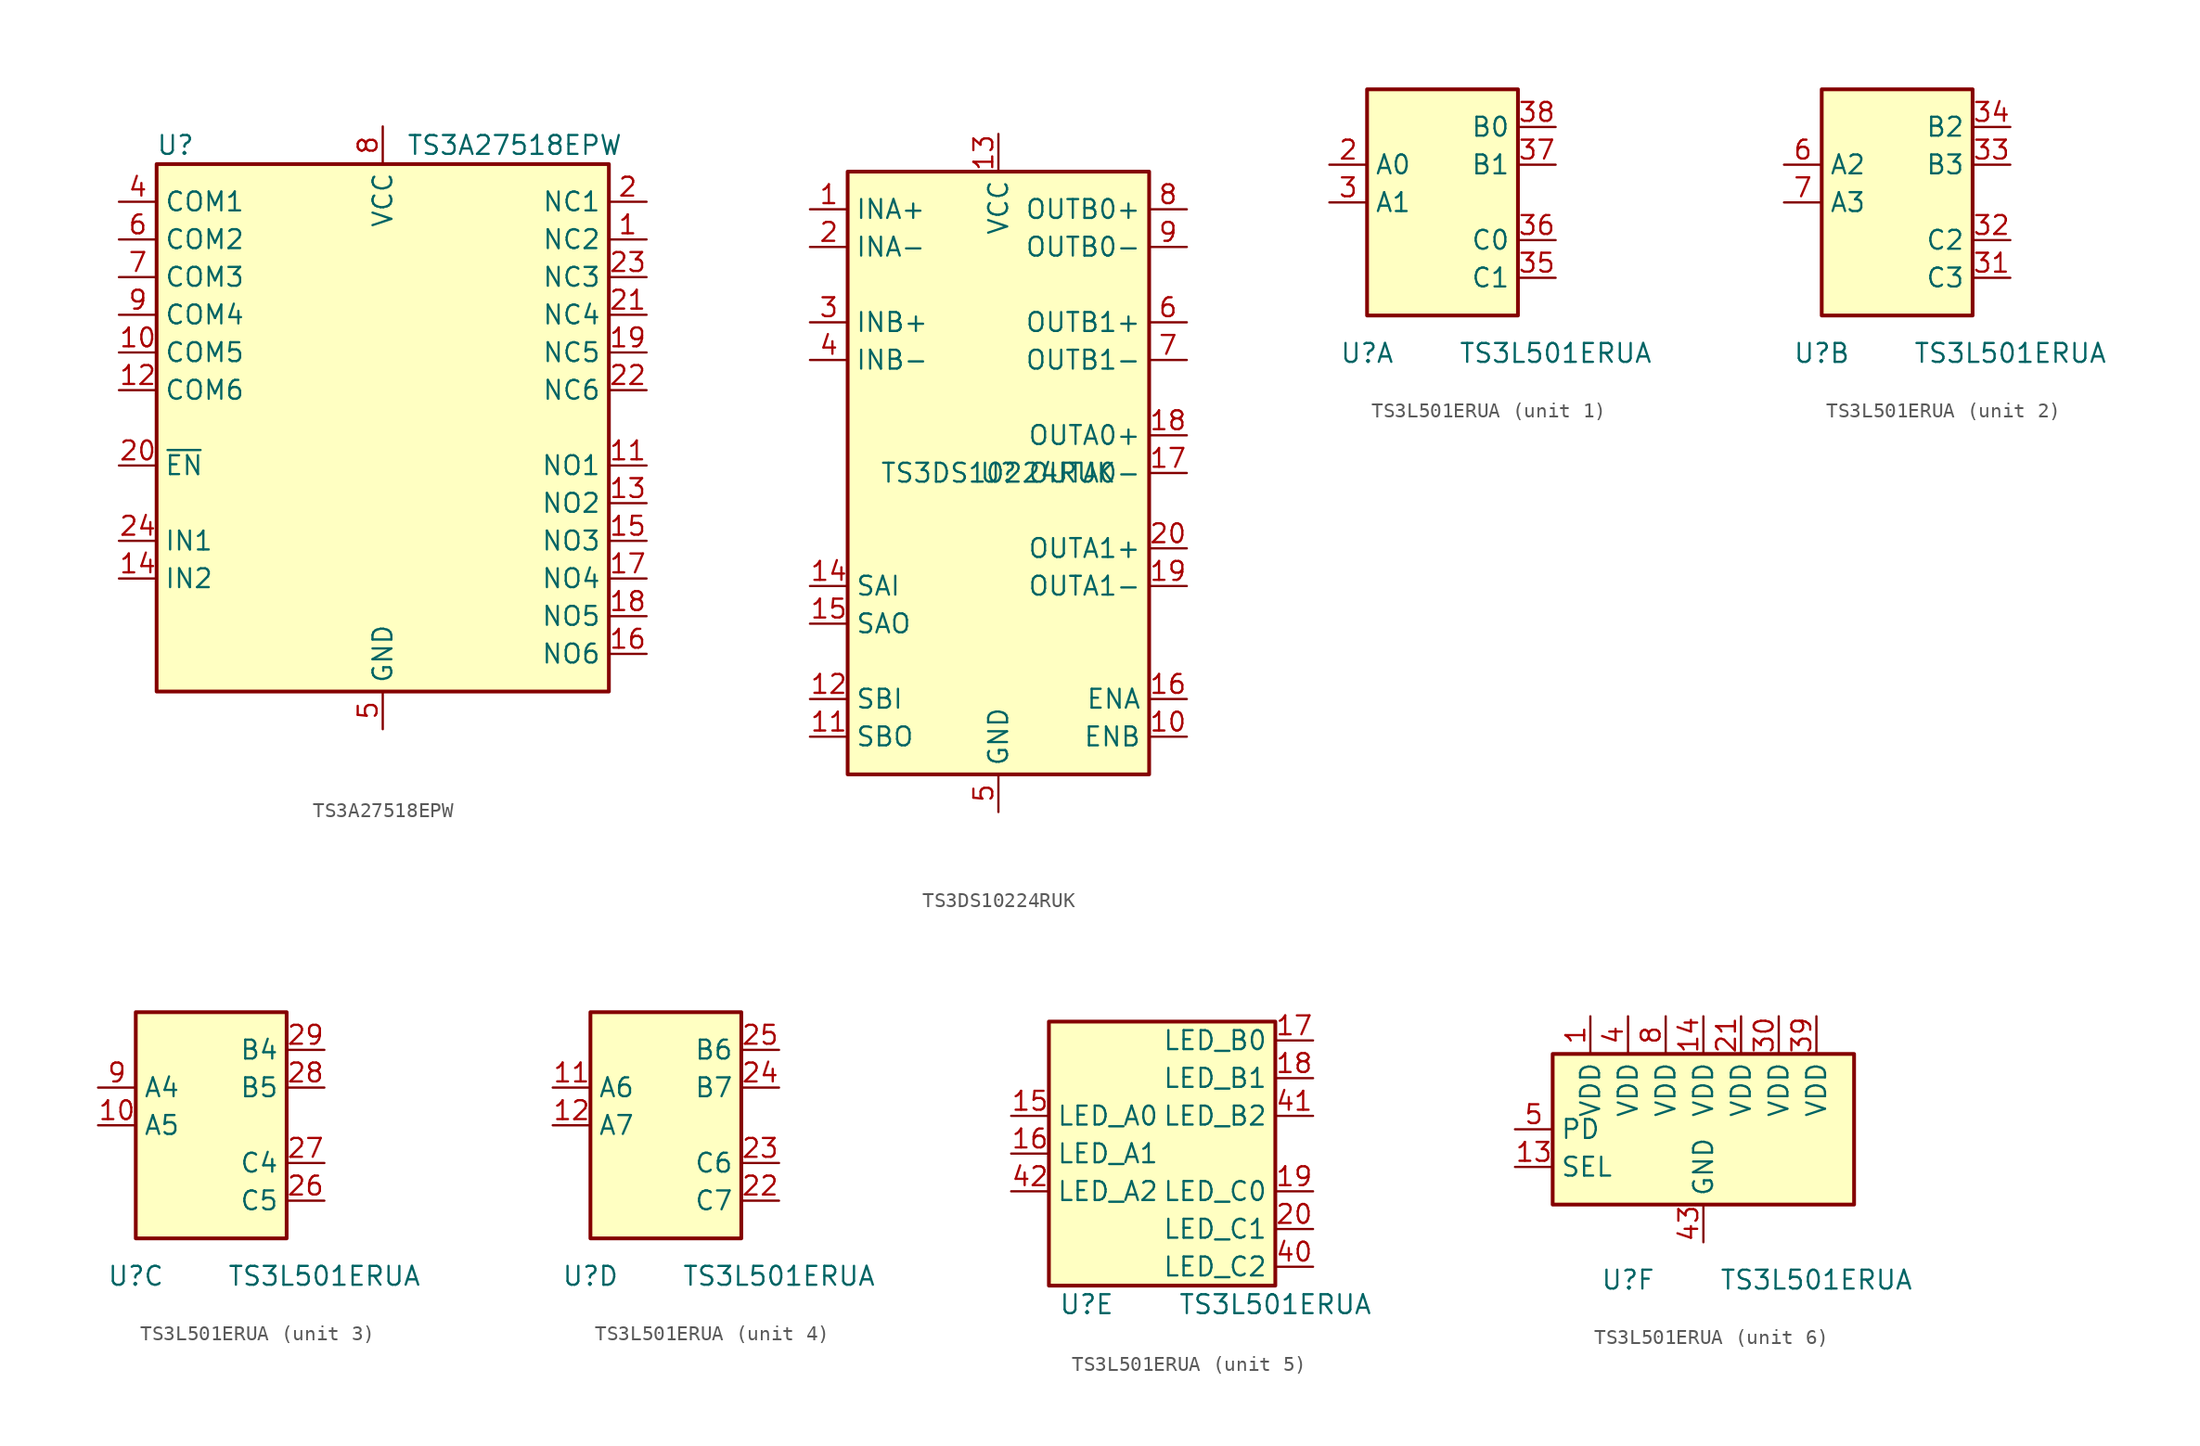
<source format=kicad_sym>
(kicad_symbol_lib
  (version 20201005)
  (generator kicad_symbol_editor)
  (symbol "Analog_Switch:TS3A27518EPW"
    (property "Reference" "U"
      (at -13.97 19.05 0)
      (effects (font (size 1.27 1.27))))
    (property "Value" "TS3A27518EPW"
      (at 8.89 19.05 0)
      (effects (font (size 1.27 1.27))))
    (symbol "TS3A27518EPW_0_1"
      (rectangle (start 15.24 -17.78) (end -15.24 17.78) (stroke (width 0.254)) (fill (type background))))
    (symbol "TS3A27518EPW_1_1"
      (pin bidirectional line (at 17.78 12.7 180) (length 2.54) (name "NC2" (effects (font (size 1.27 1.27)))) (number "1" (effects (font (size 1.27 1.27)))))
      (pin bidirectional line (at -17.78 5.08 0) (length 2.54) (name "COM5" (effects (font (size 1.27 1.27)))) (number "10" (effects (font (size 1.27 1.27)))))
      (pin bidirectional line (at 17.78 -2.54 180) (length 2.54) (name "NO1" (effects (font (size 1.27 1.27)))) (number "11" (effects (font (size 1.27 1.27)))))
      (pin bidirectional line (at -17.78 2.54 0) (length 2.54) (name "COM6" (effects (font (size 1.27 1.27)))) (number "12" (effects (font (size 1.27 1.27)))))
      (pin bidirectional line (at 17.78 -5.08 180) (length 2.54) (name "NO2" (effects (font (size 1.27 1.27)))) (number "13" (effects (font (size 1.27 1.27)))))
      (pin input line (at -17.78 -10.16 0) (length 2.54) (name "IN2" (effects (font (size 1.27 1.27)))) (number "14" (effects (font (size 1.27 1.27)))))
      (pin bidirectional line (at 17.78 -7.62 180) (length 2.54) (name "NO3" (effects (font (size 1.27 1.27)))) (number "15" (effects (font (size 1.27 1.27)))))
      (pin bidirectional line (at 17.78 -15.24 180) (length 2.54) (name "NO6" (effects (font (size 1.27 1.27)))) (number "16" (effects (font (size 1.27 1.27)))))
      (pin bidirectional line (at 17.78 -10.16 180) (length 2.54) (name "NO4" (effects (font (size 1.27 1.27)))) (number "17" (effects (font (size 1.27 1.27)))))
      (pin bidirectional line (at 17.78 -12.7 180) (length 2.54) (name "NO5" (effects (font (size 1.27 1.27)))) (number "18" (effects (font (size 1.27 1.27)))))
      (pin bidirectional line (at 17.78 5.08 180) (length 2.54) (name "NC5" (effects (font (size 1.27 1.27)))) (number "19" (effects (font (size 1.27 1.27)))))
      (pin bidirectional line (at 17.78 15.24 180) (length 2.54) (name "NC1" (effects (font (size 1.27 1.27)))) (number "2" (effects (font (size 1.27 1.27)))))
      (pin input line (at -17.78 -2.54 0) (length 2.54) (name "~EN" (effects (font (size 1.27 1.27)))) (number "20" (effects (font (size 1.27 1.27)))))
      (pin bidirectional line (at 17.78 7.62 180) (length 2.54) (name "NC4" (effects (font (size 1.27 1.27)))) (number "21" (effects (font (size 1.27 1.27)))))
      (pin bidirectional line (at 17.78 2.54 180) (length 2.54) (name "NC6" (effects (font (size 1.27 1.27)))) (number "22" (effects (font (size 1.27 1.27)))))
      (pin bidirectional line (at 17.78 10.16 180) (length 2.54) (name "NC3" (effects (font (size 1.27 1.27)))) (number "23" (effects (font (size 1.27 1.27)))))
      (pin input line (at -17.78 -7.62 0) (length 2.54) (name "IN1" (effects (font (size 1.27 1.27)))) (number "24" (effects (font (size 1.27 1.27)))))
      (pin no_connect line (at -15.24 -15.24 0) (length 2.54) hide (name "N.C." (effects (font (size 1.27 1.27)))) (number "3" (effects (font (size 1.27 1.27)))))
      (pin bidirectional line (at -17.78 15.24 0) (length 2.54) (name "COM1" (effects (font (size 1.27 1.27)))) (number "4" (effects (font (size 1.27 1.27)))))
      (pin power_in line (at 0 -20.32 90) (length 2.54) (name "GND" (effects (font (size 1.27 1.27)))) (number "5" (effects (font (size 1.27 1.27)))))
      (pin bidirectional line (at -17.78 12.7 0) (length 2.54) (name "COM2" (effects (font (size 1.27 1.27)))) (number "6" (effects (font (size 1.27 1.27)))))
      (pin bidirectional line (at -17.78 10.16 0) (length 2.54) (name "COM3" (effects (font (size 1.27 1.27)))) (number "7" (effects (font (size 1.27 1.27)))))
      (pin power_in line (at 0 20.32 270) (length 2.54) (name "VCC" (effects (font (size 1.27 1.27)))) (number "8" (effects (font (size 1.27 1.27)))))
      (pin bidirectional line (at -17.78 7.62 0) (length 2.54) (name "COM4" (effects (font (size 1.27 1.27)))) (number "9" (effects (font (size 1.27 1.27)))))))
  (symbol "Analog_Switch:TS3DS10224RUK"
    (property "Reference" "U"
      (at 0 0 0)
      (effects (font (size 1.27 1.27))))
    (property "Value" "TS3DS10224RUK"
      (at 0 0 0)
      (effects (font (size 1.27 1.27))))
    (symbol "TS3DS10224RUK_0_1"
      (rectangle (start -10.16 20.32) (end 10.16 -20.32) (stroke (width 0.254)) (fill (type background))))
    (symbol "TS3DS10224RUK_1_1"
      (pin bidirectional line (at -12.7 17.78 0) (length 2.54) (name "INA+" (effects (font (size 1.27 1.27)))) (number "1" (effects (font (size 1.27 1.27)))))
      (pin input line (at 12.7 -17.78 180) (length 2.54) (name "ENB" (effects (font (size 1.27 1.27)))) (number "10" (effects (font (size 1.27 1.27)))))
      (pin input line (at -12.7 -17.78 0) (length 2.54) (name "SBO" (effects (font (size 1.27 1.27)))) (number "11" (effects (font (size 1.27 1.27)))))
      (pin input line (at -12.7 -15.24 0) (length 2.54) (name "SBI" (effects (font (size 1.27 1.27)))) (number "12" (effects (font (size 1.27 1.27)))))
      (pin power_in line (at 0 22.86 270) (length 2.54) (name "VCC" (effects (font (size 1.27 1.27)))) (number "13" (effects (font (size 1.27 1.27)))))
      (pin input line (at -12.7 -7.62 0) (length 2.54) (name "SAI" (effects (font (size 1.27 1.27)))) (number "14" (effects (font (size 1.27 1.27)))))
      (pin input line (at -12.7 -10.16 0) (length 2.54) (name "SAO" (effects (font (size 1.27 1.27)))) (number "15" (effects (font (size 1.27 1.27)))))
      (pin input line (at 12.7 -15.24 180) (length 2.54) (name "ENA" (effects (font (size 1.27 1.27)))) (number "16" (effects (font (size 1.27 1.27)))))
      (pin bidirectional line (at 12.7 0 180) (length 2.54) (name "OUTA0-" (effects (font (size 1.27 1.27)))) (number "17" (effects (font (size 1.27 1.27)))))
      (pin bidirectional line (at 12.7 2.54 180) (length 2.54) (name "OUTA0+" (effects (font (size 1.27 1.27)))) (number "18" (effects (font (size 1.27 1.27)))))
      (pin bidirectional line (at 12.7 -7.62 180) (length 2.54) (name "OUTA1-" (effects (font (size 1.27 1.27)))) (number "19" (effects (font (size 1.27 1.27)))))
      (pin bidirectional line (at -12.7 15.24 0) (length 2.54) (name "INA-" (effects (font (size 1.27 1.27)))) (number "2" (effects (font (size 1.27 1.27)))))
      (pin bidirectional line (at 12.7 -5.08 180) (length 2.54) (name "OUTA1+" (effects (font (size 1.27 1.27)))) (number "20" (effects (font (size 1.27 1.27)))))
      (pin bidirectional line (at -12.7 10.16 0) (length 2.54) (name "INB+" (effects (font (size 1.27 1.27)))) (number "3" (effects (font (size 1.27 1.27)))))
      (pin bidirectional line (at -12.7 7.62 0) (length 2.54) (name "INB-" (effects (font (size 1.27 1.27)))) (number "4" (effects (font (size 1.27 1.27)))))
      (pin power_in line (at 0 -22.86 90) (length 2.54) (name "GND" (effects (font (size 1.27 1.27)))) (number "5" (effects (font (size 1.27 1.27)))))
      (pin bidirectional line (at 12.7 10.16 180) (length 2.54) (name "OUTB1+" (effects (font (size 1.27 1.27)))) (number "6" (effects (font (size 1.27 1.27)))))
      (pin bidirectional line (at 12.7 7.62 180) (length 2.54) (name "OUTB1-" (effects (font (size 1.27 1.27)))) (number "7" (effects (font (size 1.27 1.27)))))
      (pin bidirectional line (at 12.7 17.78 180) (length 2.54) (name "OUTB0+" (effects (font (size 1.27 1.27)))) (number "8" (effects (font (size 1.27 1.27)))))
      (pin bidirectional line (at 12.7 15.24 180) (length 2.54) (name "OUTB0-" (effects (font (size 1.27 1.27)))) (number "9" (effects (font (size 1.27 1.27)))))))
  (symbol "Analog_Switch:TS3L501ERUA"
    (property "Reference" "U"
      (at -5.08 -10.16 0)
      (effects (font (size 1.27 1.27))))
    (property "Value" "TS3L501ERUA"
      (at 7.62 -10.16 0)
      (effects (font (size 1.27 1.27))))
    (property "ki_locked" ""
      (at 0 0 0)
      (effects (font (size 1.27 1.27))))
    (symbol "TS3L501ERUA_1_1"
      (rectangle (start -5.08 7.62) (end 5.08 -7.62) (stroke (width 0.254)) (fill (type background)))
      (pin bidirectional line (at -7.62 2.54 0) (length 2.54) (name "A0" (effects (font (size 1.27 1.27)))) (number "2" (effects (font (size 1.27 1.27)))))
      (pin bidirectional line (at -7.62 0 0) (length 2.54) (name "A1" (effects (font (size 1.27 1.27)))) (number "3" (effects (font (size 1.27 1.27)))))
      (pin bidirectional line (at 7.62 -5.08 180) (length 2.54) (name "C1" (effects (font (size 1.27 1.27)))) (number "35" (effects (font (size 1.27 1.27)))))
      (pin bidirectional line (at 7.62 -2.54 180) (length 2.54) (name "C0" (effects (font (size 1.27 1.27)))) (number "36" (effects (font (size 1.27 1.27)))))
      (pin bidirectional line (at 7.62 2.54 180) (length 2.54) (name "B1" (effects (font (size 1.27 1.27)))) (number "37" (effects (font (size 1.27 1.27)))))
      (pin bidirectional line (at 7.62 5.08 180) (length 2.54) (name "B0" (effects (font (size 1.27 1.27)))) (number "38" (effects (font (size 1.27 1.27))))))
    (symbol "TS3L501ERUA_2_1"
      (rectangle (start -5.08 7.62) (end 5.08 -7.62) (stroke (width 0.254)) (fill (type background)))
      (pin bidirectional line (at 7.62 -5.08 180) (length 2.54) (name "C3" (effects (font (size 1.27 1.27)))) (number "31" (effects (font (size 1.27 1.27)))))
      (pin bidirectional line (at 7.62 -2.54 180) (length 2.54) (name "C2" (effects (font (size 1.27 1.27)))) (number "32" (effects (font (size 1.27 1.27)))))
      (pin bidirectional line (at 7.62 2.54 180) (length 2.54) (name "B3" (effects (font (size 1.27 1.27)))) (number "33" (effects (font (size 1.27 1.27)))))
      (pin bidirectional line (at 7.62 5.08 180) (length 2.54) (name "B2" (effects (font (size 1.27 1.27)))) (number "34" (effects (font (size 1.27 1.27)))))
      (pin bidirectional line (at -7.62 2.54 0) (length 2.54) (name "A2" (effects (font (size 1.27 1.27)))) (number "6" (effects (font (size 1.27 1.27)))))
      (pin bidirectional line (at -7.62 0 0) (length 2.54) (name "A3" (effects (font (size 1.27 1.27)))) (number "7" (effects (font (size 1.27 1.27))))))
    (symbol "TS3L501ERUA_3_1"
      (rectangle (start -5.08 7.62) (end 5.08 -7.62) (stroke (width 0.254)) (fill (type background)))
      (pin bidirectional line (at -7.62 0 0) (length 2.54) (name "A5" (effects (font (size 1.27 1.27)))) (number "10" (effects (font (size 1.27 1.27)))))
      (pin bidirectional line (at 7.62 -5.08 180) (length 2.54) (name "C5" (effects (font (size 1.27 1.27)))) (number "26" (effects (font (size 1.27 1.27)))))
      (pin bidirectional line (at 7.62 -2.54 180) (length 2.54) (name "C4" (effects (font (size 1.27 1.27)))) (number "27" (effects (font (size 1.27 1.27)))))
      (pin bidirectional line (at 7.62 2.54 180) (length 2.54) (name "B5" (effects (font (size 1.27 1.27)))) (number "28" (effects (font (size 1.27 1.27)))))
      (pin bidirectional line (at 7.62 5.08 180) (length 2.54) (name "B4" (effects (font (size 1.27 1.27)))) (number "29" (effects (font (size 1.27 1.27)))))
      (pin bidirectional line (at -7.62 2.54 0) (length 2.54) (name "A4" (effects (font (size 1.27 1.27)))) (number "9" (effects (font (size 1.27 1.27))))))
    (symbol "TS3L501ERUA_4_1"
      (rectangle (start -5.08 7.62) (end 5.08 -7.62) (stroke (width 0.254)) (fill (type background)))
      (pin bidirectional line (at -7.62 2.54 0) (length 2.54) (name "A6" (effects (font (size 1.27 1.27)))) (number "11" (effects (font (size 1.27 1.27)))))
      (pin bidirectional line (at -7.62 0 0) (length 2.54) (name "A7" (effects (font (size 1.27 1.27)))) (number "12" (effects (font (size 1.27 1.27)))))
      (pin bidirectional line (at 7.62 -5.08 180) (length 2.54) (name "C7" (effects (font (size 1.27 1.27)))) (number "22" (effects (font (size 1.27 1.27)))))
      (pin bidirectional line (at 7.62 -2.54 180) (length 2.54) (name "C6" (effects (font (size 1.27 1.27)))) (number "23" (effects (font (size 1.27 1.27)))))
      (pin bidirectional line (at 7.62 2.54 180) (length 2.54) (name "B7" (effects (font (size 1.27 1.27)))) (number "24" (effects (font (size 1.27 1.27)))))
      (pin bidirectional line (at 7.62 5.08 180) (length 2.54) (name "B6" (effects (font (size 1.27 1.27)))) (number "25" (effects (font (size 1.27 1.27))))))
    (symbol "TS3L501ERUA_5_1"
      (rectangle (start -7.62 8.89) (end 7.62 -8.89) (stroke (width 0.254)) (fill (type background)))
      (pin bidirectional line (at -10.16 2.54 0) (length 2.54) (name "LED_A0" (effects (font (size 1.27 1.27)))) (number "15" (effects (font (size 1.27 1.27)))))
      (pin bidirectional line (at -10.16 0 0) (length 2.54) (name "LED_A1" (effects (font (size 1.27 1.27)))) (number "16" (effects (font (size 1.27 1.27)))))
      (pin bidirectional line (at 10.16 7.62 180) (length 2.54) (name "LED_B0" (effects (font (size 1.27 1.27)))) (number "17" (effects (font (size 1.27 1.27)))))
      (pin bidirectional line (at 10.16 5.08 180) (length 2.54) (name "LED_B1" (effects (font (size 1.27 1.27)))) (number "18" (effects (font (size 1.27 1.27)))))
      (pin bidirectional line (at 10.16 -2.54 180) (length 2.54) (name "LED_C0" (effects (font (size 1.27 1.27)))) (number "19" (effects (font (size 1.27 1.27)))))
      (pin bidirectional line (at 10.16 -5.08 180) (length 2.54) (name "LED_C1" (effects (font (size 1.27 1.27)))) (number "20" (effects (font (size 1.27 1.27)))))
      (pin bidirectional line (at 10.16 -7.62 180) (length 2.54) (name "LED_C2" (effects (font (size 1.27 1.27)))) (number "40" (effects (font (size 1.27 1.27)))))
      (pin bidirectional line (at 10.16 2.54 180) (length 2.54) (name "LED_B2" (effects (font (size 1.27 1.27)))) (number "41" (effects (font (size 1.27 1.27)))))
      (pin bidirectional line (at -10.16 -2.54 0) (length 2.54) (name "LED_A2" (effects (font (size 1.27 1.27)))) (number "42" (effects (font (size 1.27 1.27))))))
    (symbol "TS3L501ERUA_6_0"
      (rectangle (start -10.16 5.08) (end 10.16 -5.08) (stroke (width 0.254)) (fill (type background))))
    (symbol "TS3L501ERUA_6_1"
      (pin power_in line (at -7.62 7.62 270) (length 2.54) (name "VDD" (effects (font (size 1.27 1.27)))) (number "1" (effects (font (size 1.27 1.27)))))
      (pin input line (at -12.7 -2.54 0) (length 2.54) (name "SEL" (effects (font (size 1.27 1.27)))) (number "13" (effects (font (size 1.27 1.27)))))
      (pin power_in line (at 0 7.62 270) (length 2.54) (name "VDD" (effects (font (size 1.27 1.27)))) (number "14" (effects (font (size 1.27 1.27)))))
      (pin power_in line (at 2.54 7.62 270) (length 2.54) (name "VDD" (effects (font (size 1.27 1.27)))) (number "21" (effects (font (size 1.27 1.27)))))
      (pin power_in line (at 5.08 7.62 270) (length 2.54) (name "VDD" (effects (font (size 1.27 1.27)))) (number "30" (effects (font (size 1.27 1.27)))))
      (pin power_in line (at 7.62 7.62 270) (length 2.54) (name "VDD" (effects (font (size 1.27 1.27)))) (number "39" (effects (font (size 1.27 1.27)))))
      (pin power_in line (at -5.08 7.62 270) (length 2.54) (name "VDD" (effects (font (size 1.27 1.27)))) (number "4" (effects (font (size 1.27 1.27)))))
      (pin power_in line (at 0 -7.62 90) (length 2.54) (name "GND" (effects (font (size 1.27 1.27)))) (number "43" (effects (font (size 1.27 1.27)))))
      (pin input line (at -12.7 0 0) (length 2.54) (name "PD" (effects (font (size 1.27 1.27)))) (number "5" (effects (font (size 1.27 1.27)))))
      (pin power_in line (at -2.54 7.62 270) (length 2.54) (name "VDD" (effects (font (size 1.27 1.27)))) (number "8" (effects (font (size 1.27 1.27))))))))
</source>
